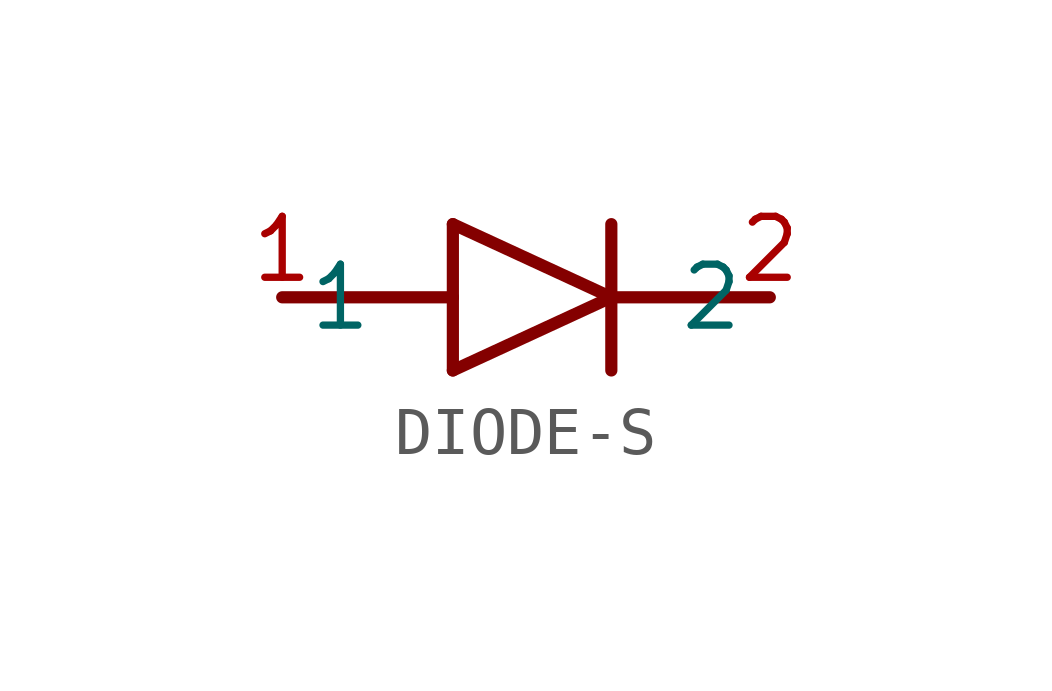
<source format=kicad_sym>
(kicad_symbol_lib
  (version 20220914)
  (generator kicad_symbol_editor)
  (symbol "DIODE-S"
    (property "Reference" ""
      (at 0 0 0)
      (effects (font (size 1.27 1.27)) hide))
    (property "ki_locked" ""
      (at 0 0 0)
      (effects (font (size 1.27 1.27))))
    (symbol "DIODE-S_1_0"
      (polyline (pts (xy -5.08 0) (xy -1.524 0)) (stroke (width 0.254) (type solid)) (fill (type none)))
      (polyline (pts (xy -1.524 -1.524) (xy -1.524 0)) (stroke (width 0.254) (type solid)) (fill (type none)))
      (polyline (pts (xy -1.524 0) (xy -1.524 1.524)) (stroke (width 0.254) (type solid)) (fill (type none)))
      (polyline (pts (xy -1.524 1.524) (xy 1.778 0)) (stroke (width 0.254) (type solid)) (fill (type none)))
      (polyline (pts (xy 1.778 0) (xy -1.524 -1.524)) (stroke (width 0.254) (type solid)) (fill (type none)))
      (polyline (pts (xy 1.778 0) (xy 1.778 -1.524)) (stroke (width 0.254) (type solid)) (fill (type none)))
      (polyline (pts (xy 1.778 0) (xy 5.08 0)) (stroke (width 0.254) (type solid)) (fill (type none)))
      (polyline (pts (xy 1.778 1.524) (xy 1.778 0)) (stroke (width 0.254) (type solid)) (fill (type none)))
      (pin bidirectional line (at -5.08 0 0) (length 0) (name "1" (effects (font (size 1.27 1.27)))) (number "1" (effects (font (size 1.27 1.27)))))
      (pin bidirectional line (at 5.08 0 180) (length 0) (name "2" (effects (font (size 1.27 1.27)))) (number "2" (effects (font (size 1.27 1.27))))))))
</source>
